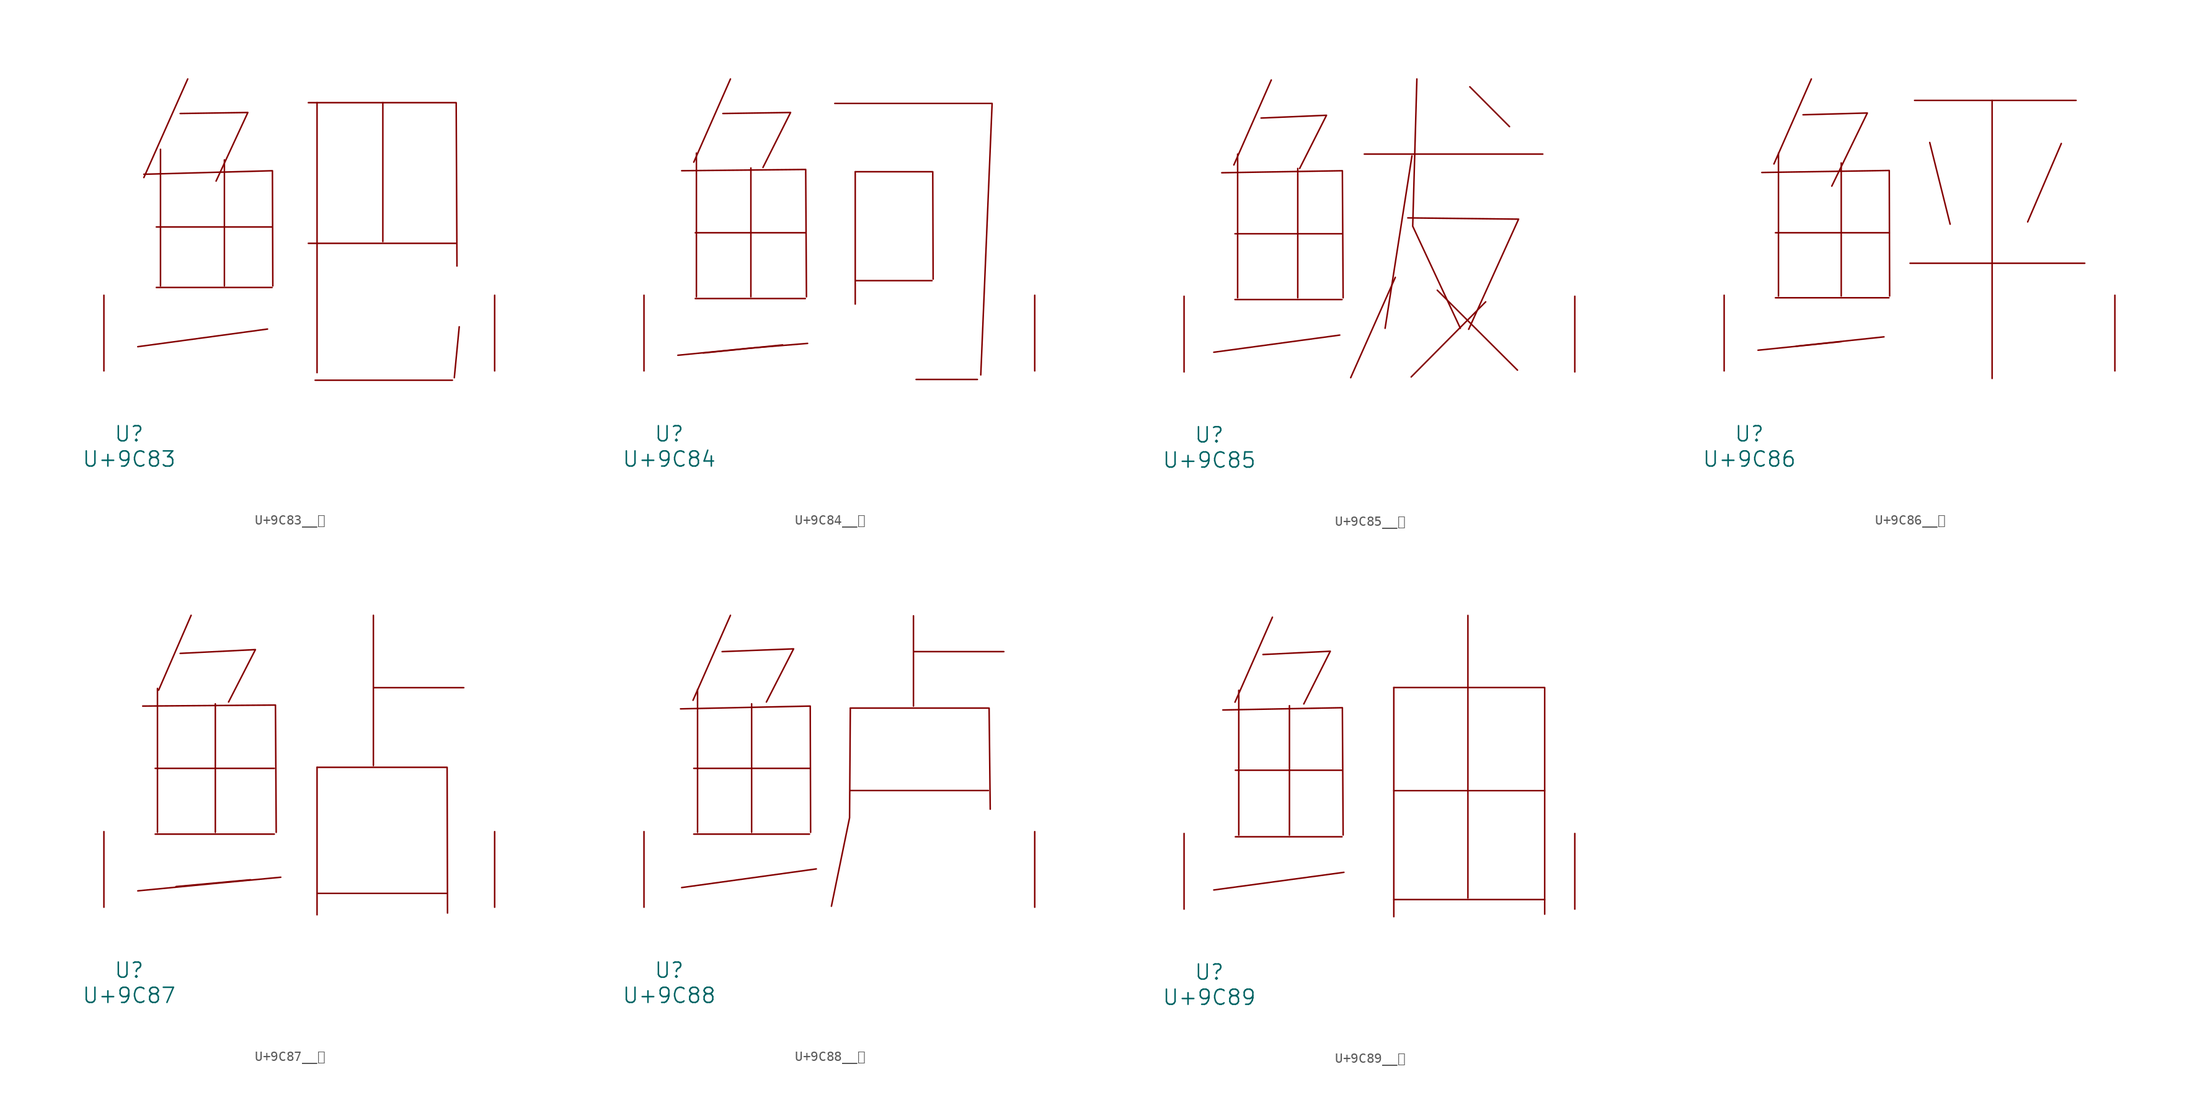
<source format=kicad_sym>
(kicad_symbol_lib
  (version 20231120)
  (generator "kicad_symbol_editor")
  (generator_version "8.0")
  (symbol "U+9C83__鲃"
    (pin_names
      (offset 1.016))
    (property "Reference" "U"
      (at 0 -6.35 0)
      (effects (font (size 1.524 1.524))))
    (property "Value" "U+9C83"
      (at 0 -8.89 0)
      (effects (font (size 1.524 1.524))))
    (symbol "U+9C83__鲃_0_1"
      (polyline (pts (xy 2.743 8.407) (xy 14.402 8.407)) (stroke (width 0) (type solid)) (fill (type none)))
      (polyline (pts (xy 2.743 14.503) (xy 14.402 14.503)) (stroke (width 0) (type solid)) (fill (type none)))
      (polyline (pts (xy 3.162 22.327) (xy 3.162 8.56)) (stroke (width 0) (type solid)) (fill (type none)))
      (polyline (pts (xy 5.905 29.413) (xy 1.486 19.482)) (stroke (width 0) (type solid)) (fill (type none)))
      (polyline (pts (xy 9.601 21.26) (xy 9.601 8.56)) (stroke (width 0) (type solid)) (fill (type none)))
      (polyline (pts (xy 13.945 4.216) (xy 0.876 2.438)) (stroke (width 0) (type solid)) (fill (type none)))
      (polyline (pts (xy 18.059 12.852) (xy 32.918 12.852)) (stroke (width 0) (type solid)) (fill (type none)))
      (polyline (pts (xy 18.745 -0.94) (xy 32.575 -0.94)) (stroke (width 0) (type solid)) (fill (type none)))
      (polyline (pts (xy 18.936 27.026) (xy 18.936 -0.178)) (stroke (width 0) (type solid)) (fill (type none)))
      (polyline (pts (xy 25.565 27.026) (xy 25.565 13.03)) (stroke (width 0) (type solid)) (fill (type none)))
      (polyline (pts (xy 33.261 4.445) (xy 32.766 -0.686)) (stroke (width 0) (type solid)) (fill (type none)))
      (polyline (pts (xy 1.486 19.812) (xy 14.44 20.168) (xy 14.478 8.56)) (stroke (width 0) (type solid)) (fill (type none)))
      (polyline (pts (xy 5.144 25.933) (xy 11.963 26.035) (xy 8.763 19.126)) (stroke (width 0) (type solid)) (fill (type none)))
      (polyline (pts (xy 18.059 27.026) (xy 32.956 27.026) (xy 33.033 10.566)) (stroke (width 0) (type solid)) (fill (type none)))
      (pin input line (at -2.54 0 90) (length 7.62) (name "~" (effects (font (size 1.27 1.27)))) (number "~" (effects (font (size 1.27 1.27)))))
      (pin input line (at 36.83 0 90) (length 7.62) (name "~" (effects (font (size 1.27 1.27)))) (number "~" (effects (font (size 1.27 1.27)))))))
  (symbol "U+9C84__鲄"
    (pin_names
      (offset 1.016))
    (property "Reference" "U"
      (at 0 -6.35 0)
      (effects (font (size 1.524 1.524))))
    (property "Value" "U+9C84"
      (at 0 -8.89 0)
      (effects (font (size 1.524 1.524))))
    (symbol "U+9C84__鲄_0_1"
      (polyline (pts (xy 2.629 7.29) (xy 13.716 7.29)) (stroke (width 0) (type solid)) (fill (type none)))
      (polyline (pts (xy 2.629 13.919) (xy 13.716 13.919)) (stroke (width 0) (type solid)) (fill (type none)))
      (polyline (pts (xy 2.743 21.946) (xy 2.743 7.468)) (stroke (width 0) (type solid)) (fill (type none)))
      (polyline (pts (xy 6.172 29.413) (xy 2.477 21.031)) (stroke (width 0) (type solid)) (fill (type none)))
      (polyline (pts (xy 8.23 20.447) (xy 8.23 7.468)) (stroke (width 0) (type solid)) (fill (type none)))
      (polyline (pts (xy 11.43 2.616) (xy 3.429 1.803)) (stroke (width 0) (type solid)) (fill (type none)))
      (polyline (pts (xy 18.745 9.093) (xy 26.48 9.093)) (stroke (width 0) (type solid)) (fill (type none)))
      (polyline (pts (xy 18.745 20.066) (xy 18.745 6.731)) (stroke (width 0) (type solid)) (fill (type none)))
      (polyline (pts (xy 24.879 -0.864) (xy 31.052 -0.864)) (stroke (width 0) (type solid)) (fill (type none)))
      (polyline (pts (xy 1.257 20.168) (xy 13.754 20.295) (xy 13.83 7.468)) (stroke (width 0) (type solid)) (fill (type none)))
      (polyline (pts (xy 5.41 25.933) (xy 12.23 26.035) (xy 9.449 20.498)) (stroke (width 0) (type solid)) (fill (type none)))
      (polyline (pts (xy 13.945 2.769) (xy 8.077 2.286) (xy 0.876 1.575)) (stroke (width 0) (type solid)) (fill (type none)))
      (polyline (pts (xy 16.688 26.949) (xy 32.537 26.949) (xy 31.394 -0.406)) (stroke (width 0) (type solid)) (fill (type none)))
      (polyline (pts (xy 18.745 20.066) (xy 26.556 20.066) (xy 26.594 9.246)) (stroke (width 0) (type solid)) (fill (type none)))
      (pin input line (at -2.54 0 90) (length 7.62) (name "~" (effects (font (size 1.27 1.27)))) (number "~" (effects (font (size 1.27 1.27)))))
      (pin input line (at 36.83 0 90) (length 7.62) (name "~" (effects (font (size 1.27 1.27)))) (number "~" (effects (font (size 1.27 1.27)))))))
  (symbol "U+9C85__鲅"
    (pin_names
      (offset 1.016))
    (property "Reference" "U"
      (at 0 -6.35 0)
      (effects (font (size 1.524 1.524))))
    (property "Value" "U+9C85"
      (at 0 -8.89 0)
      (effects (font (size 1.524 1.524))))
    (symbol "U+9C85__鲅_0_1"
      (polyline (pts (xy 2.591 7.29) (xy 13.373 7.29)) (stroke (width 0) (type solid)) (fill (type none)))
      (polyline (pts (xy 2.591 13.919) (xy 13.373 13.919)) (stroke (width 0) (type solid)) (fill (type none)))
      (polyline (pts (xy 2.857 21.946) (xy 2.857 7.468)) (stroke (width 0) (type solid)) (fill (type none)))
      (polyline (pts (xy 6.248 29.413) (xy 2.477 20.853)) (stroke (width 0) (type solid)) (fill (type none)))
      (polyline (pts (xy 8.915 20.498) (xy 8.915 7.468)) (stroke (width 0) (type solid)) (fill (type none)))
      (polyline (pts (xy 13.145 3.708) (xy 0.457 1.981)) (stroke (width 0) (type solid)) (fill (type none)))
      (polyline (pts (xy 15.621 21.946) (xy 33.604 21.946)) (stroke (width 0) (type solid)) (fill (type none)))
      (polyline (pts (xy 18.745 9.525) (xy 14.249 -0.584)) (stroke (width 0) (type solid)) (fill (type none)))
      (polyline (pts (xy 20.422 21.768) (xy 17.716 4.394)) (stroke (width 0) (type solid)) (fill (type none)))
      (polyline (pts (xy 22.974 8.23) (xy 31.052 0.178)) (stroke (width 0) (type solid)) (fill (type none)))
      (polyline (pts (xy 26.251 28.727) (xy 30.251 24.714)) (stroke (width 0) (type solid)) (fill (type none)))
      (polyline (pts (xy 27.851 7.061) (xy 20.345 -0.508)) (stroke (width 0) (type solid)) (fill (type none)))
      (polyline (pts (xy 1.257 20.066) (xy 13.411 20.269) (xy 13.487 7.468)) (stroke (width 0) (type solid)) (fill (type none)))
      (polyline (pts (xy 5.22 25.578) (xy 11.811 25.857) (xy 9.106 20.498)) (stroke (width 0) (type solid)) (fill (type none)))
      (polyline (pts (xy 20.003 15.519) (xy 31.166 15.392) (xy 26.137 4.293)) (stroke (width 0) (type solid)) (fill (type none)))
      (polyline (pts (xy 20.917 29.515) (xy 20.498 14.681) (xy 25.298 4.394)) (stroke (width 0) (type solid)) (fill (type none)))
      (pin input line (at -2.54 0 90) (length 7.62) (name "~" (effects (font (size 1.27 1.27)))) (number "~" (effects (font (size 1.27 1.27)))))
      (pin input line (at 36.83 0 90) (length 7.62) (name "~" (effects (font (size 1.27 1.27)))) (number "~" (effects (font (size 1.27 1.27)))))))
  (symbol "U+9C86__鲆"
    (pin_names
      (offset 1.016))
    (property "Reference" "U"
      (at 0 -6.35 0)
      (effects (font (size 1.524 1.524))))
    (property "Value" "U+9C86"
      (at 0 -8.89 0)
      (effects (font (size 1.524 1.524))))
    (symbol "U+9C86__鲆_0_1"
      (polyline (pts (xy 2.629 7.366) (xy 14.059 7.366)) (stroke (width 0) (type solid)) (fill (type none)))
      (polyline (pts (xy 2.629 13.919) (xy 14.059 13.919)) (stroke (width 0) (type solid)) (fill (type none)))
      (polyline (pts (xy 2.934 21.946) (xy 2.934 7.544)) (stroke (width 0) (type solid)) (fill (type none)))
      (polyline (pts (xy 6.248 29.413) (xy 2.477 20.853)) (stroke (width 0) (type solid)) (fill (type none)))
      (polyline (pts (xy 9.258 2.946) (xy 0.876 2.083)) (stroke (width 0) (type solid)) (fill (type none)))
      (polyline (pts (xy 9.258 20.955) (xy 9.258 7.544)) (stroke (width 0) (type solid)) (fill (type none)))
      (polyline (pts (xy 13.564 3.429) (xy 4.724 2.489)) (stroke (width 0) (type solid)) (fill (type none)))
      (polyline (pts (xy 16.192 10.846) (xy 33.795 10.846)) (stroke (width 0) (type solid)) (fill (type none)))
      (polyline (pts (xy 16.65 27.254) (xy 32.918 27.254)) (stroke (width 0) (type solid)) (fill (type none)))
      (polyline (pts (xy 18.174 23.012) (xy 20.231 14.783)) (stroke (width 0) (type solid)) (fill (type none)))
      (polyline (pts (xy 24.46 27.254) (xy 24.46 -0.762)) (stroke (width 0) (type solid)) (fill (type none)))
      (polyline (pts (xy 31.433 22.911) (xy 28.042 15.011)) (stroke (width 0) (type solid)) (fill (type none)))
      (polyline (pts (xy 1.257 19.99) (xy 14.097 20.193) (xy 14.135 7.544)) (stroke (width 0) (type solid)) (fill (type none)))
      (polyline (pts (xy 5.41 25.806) (xy 11.887 25.984) (xy 8.306 18.618)) (stroke (width 0) (type solid)) (fill (type none)))
      (pin input line (at -2.54 0 90) (length 7.62) (name "~" (effects (font (size 1.27 1.27)))) (number "~" (effects (font (size 1.27 1.27)))))
      (pin input line (at 36.83 0 90) (length 7.62) (name "~" (effects (font (size 1.27 1.27)))) (number "~" (effects (font (size 1.27 1.27)))))))
  (symbol "U+9C87__鲇"
    (pin_names
      (offset 1.016))
    (property "Reference" "U"
      (at 0 -6.35 0)
      (effects (font (size 1.524 1.524))))
    (property "Value" "U+9C87"
      (at 0 -8.89 0)
      (effects (font (size 1.524 1.524))))
    (symbol "U+9C87__鲇_0_1"
      (polyline (pts (xy 2.629 7.366) (xy 14.63 7.366)) (stroke (width 0) (type solid)) (fill (type none)))
      (polyline (pts (xy 2.629 13.995) (xy 14.63 13.995)) (stroke (width 0) (type solid)) (fill (type none)))
      (polyline (pts (xy 2.857 22.047) (xy 2.857 7.544)) (stroke (width 0) (type solid)) (fill (type none)))
      (polyline (pts (xy 6.248 29.413) (xy 2.972 21.869)) (stroke (width 0) (type solid)) (fill (type none)))
      (polyline (pts (xy 8.687 20.498) (xy 8.687 7.544)) (stroke (width 0) (type solid)) (fill (type none)))
      (polyline (pts (xy 12.23 2.769) (xy 4.724 2.083)) (stroke (width 0) (type solid)) (fill (type none)))
      (polyline (pts (xy 18.936 1.397) (xy 31.966 1.397)) (stroke (width 0) (type solid)) (fill (type none)))
      (polyline (pts (xy 18.936 14.097) (xy 18.936 -0.762)) (stroke (width 0) (type solid)) (fill (type none)))
      (polyline (pts (xy 24.613 22.123) (xy 33.718 22.123)) (stroke (width 0) (type solid)) (fill (type none)))
      (polyline (pts (xy 24.613 29.413) (xy 24.613 14.275)) (stroke (width 0) (type solid)) (fill (type none)))
      (polyline (pts (xy 1.372 20.269) (xy 14.745 20.371) (xy 14.821 7.544)) (stroke (width 0) (type solid)) (fill (type none)))
      (polyline (pts (xy 5.144 25.578) (xy 12.725 25.959) (xy 10.02 20.676)) (stroke (width 0) (type solid)) (fill (type none)))
      (polyline (pts (xy 15.278 3.023) (xy 8.268 2.362) (xy 0.876 1.651)) (stroke (width 0) (type solid)) (fill (type none)))
      (polyline (pts (xy 18.936 14.097) (xy 32.042 14.097) (xy 32.08 -0.584)) (stroke (width 0) (type solid)) (fill (type none)))
      (pin input line (at -2.54 0 90) (length 7.62) (name "~" (effects (font (size 1.27 1.27)))) (number "~" (effects (font (size 1.27 1.27)))))
      (pin input line (at 36.83 0 90) (length 7.62) (name "~" (effects (font (size 1.27 1.27)))) (number "~" (effects (font (size 1.27 1.27)))))))
  (symbol "U+9C88__鲈"
    (pin_names
      (offset 1.016))
    (property "Reference" "U"
      (at 0 -6.35 0)
      (effects (font (size 1.524 1.524))))
    (property "Value" "U+9C88"
      (at 0 -8.89 0)
      (effects (font (size 1.524 1.524))))
    (symbol "U+9C88__鲈_0_1"
      (polyline (pts (xy 2.477 7.366) (xy 14.135 7.366)) (stroke (width 0) (type solid)) (fill (type none)))
      (polyline (pts (xy 2.477 13.995) (xy 14.135 13.995)) (stroke (width 0) (type solid)) (fill (type none)))
      (polyline (pts (xy 2.857 21.946) (xy 2.857 7.544)) (stroke (width 0) (type solid)) (fill (type none)))
      (polyline (pts (xy 6.172 29.413) (xy 2.4 20.853)) (stroke (width 0) (type solid)) (fill (type none)))
      (polyline (pts (xy 8.306 20.498) (xy 8.306 7.544)) (stroke (width 0) (type solid)) (fill (type none)))
      (polyline (pts (xy 14.821 3.861) (xy 1.257 1.981)) (stroke (width 0) (type solid)) (fill (type none)))
      (polyline (pts (xy 18.25 11.76) (xy 32.156 11.76)) (stroke (width 0) (type solid)) (fill (type none)))
      (polyline (pts (xy 24.613 25.756) (xy 33.718 25.756)) (stroke (width 0) (type solid)) (fill (type none)))
      (polyline (pts (xy 24.613 29.362) (xy 24.613 20.269)) (stroke (width 0) (type solid)) (fill (type none)))
      (polyline (pts (xy 1.143 19.99) (xy 14.211 20.269) (xy 14.249 7.544)) (stroke (width 0) (type solid)) (fill (type none)))
      (polyline (pts (xy 5.334 25.756) (xy 12.535 26.035) (xy 9.792 20.676)) (stroke (width 0) (type solid)) (fill (type none)))
      (polyline (pts (xy 18.25 20.066) (xy 18.174 9.017) (xy 16.345 0.102)) (stroke (width 0) (type solid)) (fill (type none)))
      (polyline (pts (xy 18.25 20.066) (xy 32.233 20.066) (xy 32.347 9.881)) (stroke (width 0) (type solid)) (fill (type none)))
      (pin input line (at -2.54 0 90) (length 7.62) (name "~" (effects (font (size 1.27 1.27)))) (number "~" (effects (font (size 1.27 1.27)))))
      (pin input line (at 36.83 0 90) (length 7.62) (name "~" (effects (font (size 1.27 1.27)))) (number "~" (effects (font (size 1.27 1.27)))))))
  (symbol "U+9C89__鲉"
    (pin_names
      (offset 1.016))
    (property "Reference" "U"
      (at 0 -6.35 0)
      (effects (font (size 1.524 1.524))))
    (property "Value" "U+9C89"
      (at 0 -8.89 0)
      (effects (font (size 1.524 1.524))))
    (symbol "U+9C89__鲉_0_1"
      (polyline (pts (xy 2.629 7.29) (xy 13.373 7.29)) (stroke (width 0) (type solid)) (fill (type none)))
      (polyline (pts (xy 2.629 13.995) (xy 13.373 13.995)) (stroke (width 0) (type solid)) (fill (type none)))
      (polyline (pts (xy 2.972 22.047) (xy 2.972 7.468)) (stroke (width 0) (type solid)) (fill (type none)))
      (polyline (pts (xy 6.363 29.413) (xy 2.591 20.853)) (stroke (width 0) (type solid)) (fill (type none)))
      (polyline (pts (xy 8.077 20.498) (xy 8.077 7.468)) (stroke (width 0) (type solid)) (fill (type none)))
      (polyline (pts (xy 13.564 3.708) (xy 0.457 1.93)) (stroke (width 0) (type solid)) (fill (type none)))
      (polyline (pts (xy 18.593 0.965) (xy 33.795 0.965)) (stroke (width 0) (type solid)) (fill (type none)))
      (polyline (pts (xy 18.593 11.938) (xy 33.795 11.938)) (stroke (width 0) (type solid)) (fill (type none)))
      (polyline (pts (xy 18.593 22.327) (xy 18.593 -0.762)) (stroke (width 0) (type solid)) (fill (type none)))
      (polyline (pts (xy 26.06 29.591) (xy 26.06 1.118)) (stroke (width 0) (type solid)) (fill (type none)))
      (polyline (pts (xy 1.372 20.066) (xy 13.411 20.295) (xy 13.487 7.468)) (stroke (width 0) (type solid)) (fill (type none)))
      (polyline (pts (xy 5.41 25.654) (xy 12.192 25.984) (xy 9.525 20.676)) (stroke (width 0) (type solid)) (fill (type none)))
      (polyline (pts (xy 18.593 22.327) (xy 33.795 22.327) (xy 33.795 -0.508)) (stroke (width 0) (type solid)) (fill (type none)))
      (pin input line (at -2.54 0 90) (length 7.62) (name "~" (effects (font (size 1.27 1.27)))) (number "~" (effects (font (size 1.27 1.27)))))
      (pin input line (at 36.83 0 90) (length 7.62) (name "~" (effects (font (size 1.27 1.27)))) (number "~" (effects (font (size 1.27 1.27))))))))
</source>
